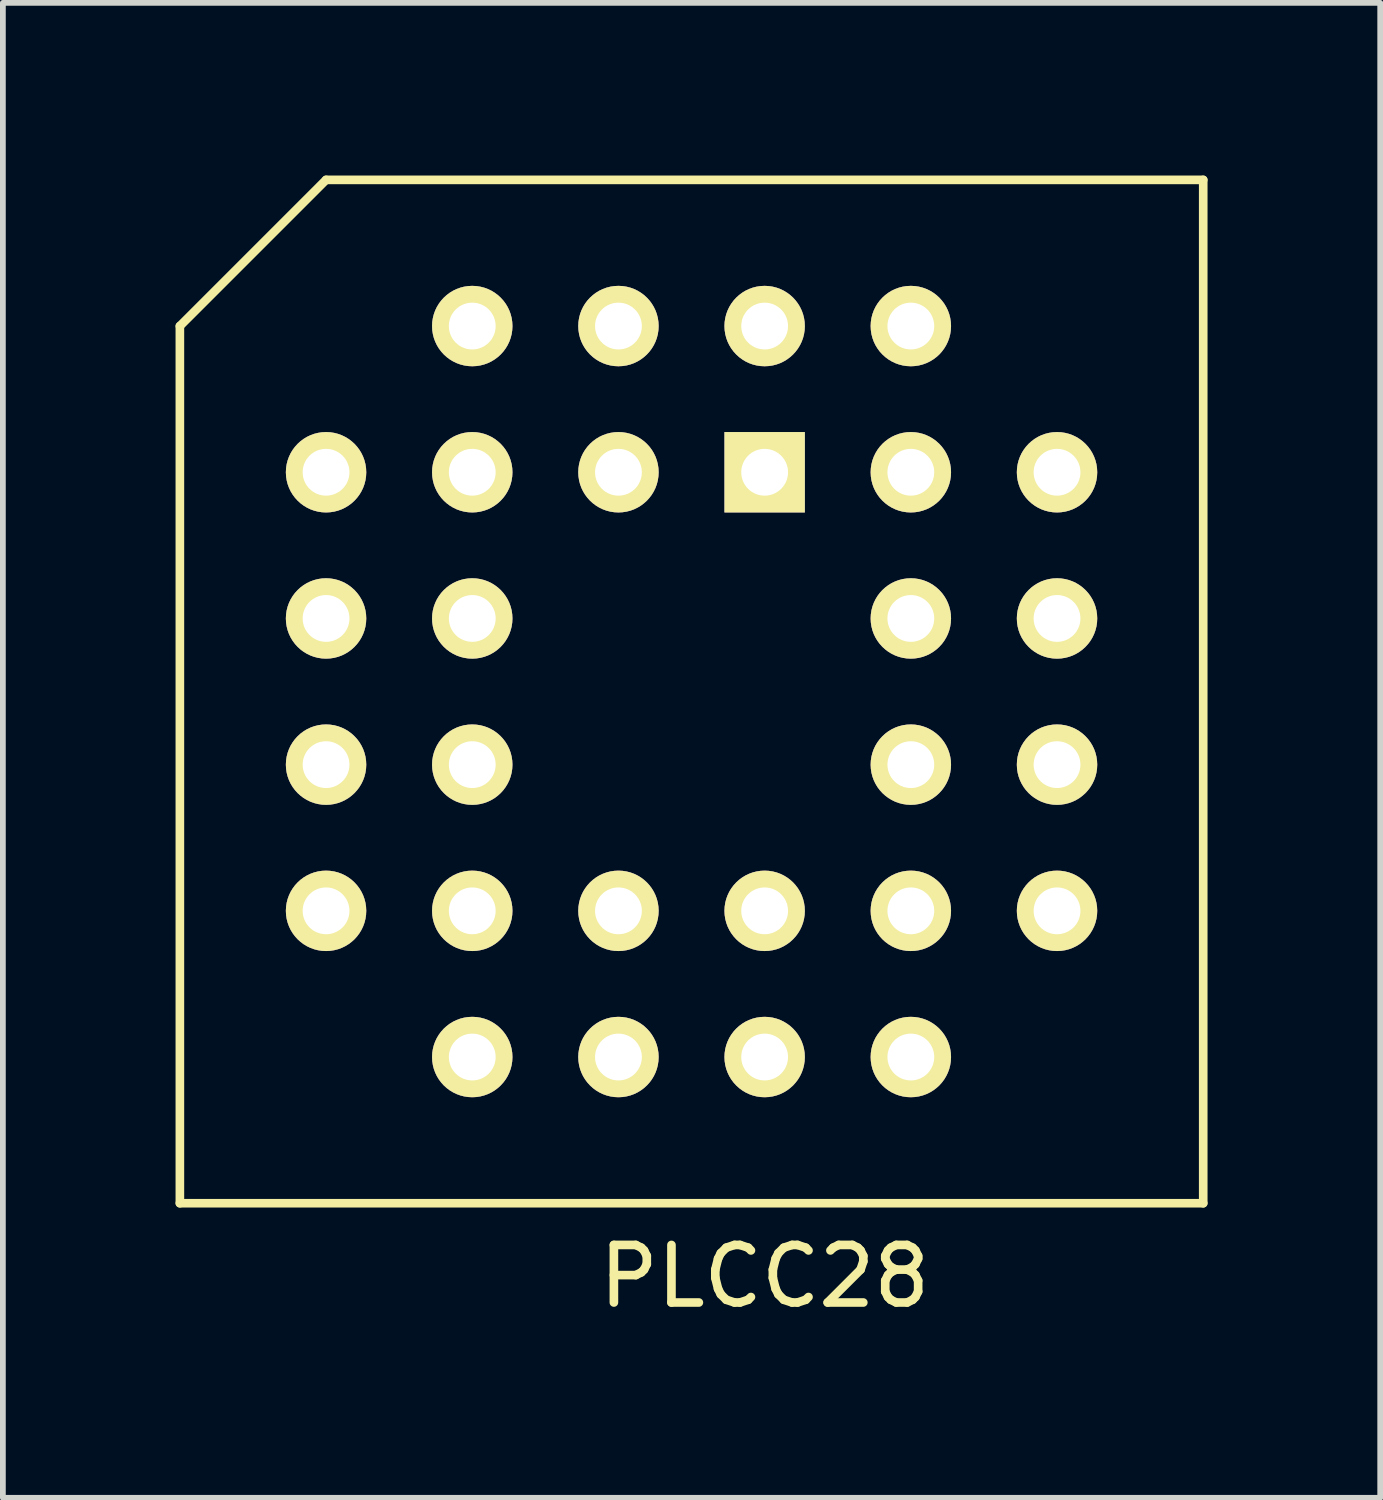
<source format=kicad_pcb>
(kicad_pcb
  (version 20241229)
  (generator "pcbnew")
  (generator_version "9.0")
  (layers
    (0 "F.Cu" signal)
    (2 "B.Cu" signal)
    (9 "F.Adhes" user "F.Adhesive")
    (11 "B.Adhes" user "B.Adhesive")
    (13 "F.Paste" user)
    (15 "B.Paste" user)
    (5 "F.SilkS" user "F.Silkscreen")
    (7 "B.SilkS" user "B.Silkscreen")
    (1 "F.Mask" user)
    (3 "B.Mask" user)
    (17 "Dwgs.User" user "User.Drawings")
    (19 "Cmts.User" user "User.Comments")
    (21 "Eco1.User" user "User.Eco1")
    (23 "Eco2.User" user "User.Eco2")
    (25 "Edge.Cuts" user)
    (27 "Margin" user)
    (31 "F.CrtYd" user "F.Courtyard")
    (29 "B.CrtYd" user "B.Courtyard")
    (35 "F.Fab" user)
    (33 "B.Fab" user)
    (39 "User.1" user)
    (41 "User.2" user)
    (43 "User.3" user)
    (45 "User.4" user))
  (footprint "PLCC28"
    (layer "F.Cu")
    (at 8.965 8.965)
    (property "Reference" "PLCC28" (at 1.27 10.16 0) (layer "F.SilkS") (effects (font (size 1 1) (thickness 0.15))))
    (attr through_hole)
    (fp_line (start -8.89 -6.35) (end -8.89 8.89) (stroke (width 0.15) (type solid)) (layer "F.SilkS"))
    (fp_line (start -8.89 8.89) (end 8.89 8.89) (stroke (width 0.15) (type solid)) (layer "F.SilkS"))
    (fp_line (start -6.35 -8.89) (end -8.89 -6.35) (stroke (width 0.15) (type solid)) (layer "F.SilkS"))
    (fp_line (start 8.89 -8.89) (end -6.35 -8.89) (stroke (width 0.15) (type solid)) (layer "F.SilkS"))
    (fp_line (start 8.89 8.89) (end 8.89 -8.89) (stroke (width 0.15) (type solid)) (layer "F.SilkS"))
    (pad "1" thru_hole rect (at 1.27 -3.81) (size 1.397 1.397) (drill 0.813) (layers "*.Cu" "*.Mask" "F.SilkS"))
    (pad "2" thru_hole circle (at -1.27 -6.35) (size 1.397 1.397) (drill 0.813) (layers "*.Cu" "*.Mask" "F.SilkS"))
    (pad "3" thru_hole circle (at -1.27 -3.81) (size 1.397 1.397) (drill 0.813) (layers "*.Cu" "*.Mask" "F.SilkS"))
    (pad "4" thru_hole circle (at -3.81 -6.35) (size 1.397 1.397) (drill 0.813) (layers "*.Cu" "*.Mask" "F.SilkS"))
    (pad "5" thru_hole circle (at -6.35 -3.81) (size 1.397 1.397) (drill 0.813) (layers "*.Cu" "*.Mask" "F.SilkS"))
    (pad "6" thru_hole circle (at -3.81 -3.81) (size 1.397 1.397) (drill 0.813) (layers "*.Cu" "*.Mask" "F.SilkS"))
    (pad "7" thru_hole circle (at -6.35 -1.27) (size 1.397 1.397) (drill 0.813) (layers "*.Cu" "*.Mask" "F.SilkS"))
    (pad "8" thru_hole circle (at -3.81 -1.27) (size 1.397 1.397) (drill 0.813) (layers "*.Cu" "*.Mask" "F.SilkS"))
    (pad "9" thru_hole circle (at -6.35 1.27) (size 1.397 1.397) (drill 0.813) (layers "*.Cu" "*.Mask" "F.SilkS"))
    (pad "10" thru_hole circle (at -3.81 1.27) (size 1.397 1.397) (drill 0.813) (layers "*.Cu" "*.Mask" "F.SilkS"))
    (pad "11" thru_hole circle (at -6.35 3.81) (size 1.397 1.397) (drill 0.813) (layers "*.Cu" "*.Mask" "F.SilkS"))
    (pad "12" thru_hole circle (at -3.81 6.35) (size 1.397 1.397) (drill 0.813) (layers "*.Cu" "*.Mask" "F.SilkS"))
    (pad "13" thru_hole circle (at -3.81 3.81) (size 1.397 1.397) (drill 0.813) (layers "*.Cu" "*.Mask" "F.SilkS"))
    (pad "14" thru_hole circle (at -1.27 6.35) (size 1.397 1.397) (drill 0.813) (layers "*.Cu" "*.Mask" "F.SilkS"))
    (pad "15" thru_hole circle (at -1.27 3.81) (size 1.397 1.397) (drill 0.813) (layers "*.Cu" "*.Mask" "F.SilkS"))
    (pad "16" thru_hole circle (at 1.27 6.35) (size 1.397 1.397) (drill 0.813) (layers "*.Cu" "*.Mask" "F.SilkS"))
    (pad "17" thru_hole circle (at 1.27 3.81) (size 1.397 1.397) (drill 0.813) (layers "*.Cu" "*.Mask" "F.SilkS"))
    (pad "18" thru_hole circle (at 3.81 6.35) (size 1.397 1.397) (drill 0.813) (layers "*.Cu" "*.Mask" "F.SilkS"))
    (pad "19" thru_hole circle (at 6.35 3.81) (size 1.397 1.397) (drill 0.813) (layers "*.Cu" "*.Mask" "F.SilkS"))
    (pad "20" thru_hole circle (at 3.81 3.81) (size 1.397 1.397) (drill 0.813) (layers "*.Cu" "*.Mask" "F.SilkS"))
    (pad "21" thru_hole circle (at 6.35 1.27) (size 1.397 1.397) (drill 0.813) (layers "*.Cu" "*.Mask" "F.SilkS"))
    (pad "22" thru_hole circle (at 3.81 1.27) (size 1.397 1.397) (drill 0.813) (layers "*.Cu" "*.Mask" "F.SilkS"))
    (pad "23" thru_hole circle (at 6.35 -1.27) (size 1.397 1.397) (drill 0.813) (layers "*.Cu" "*.Mask" "F.SilkS"))
    (pad "24" thru_hole circle (at 3.81 -1.27) (size 1.397 1.397) (drill 0.813) (layers "*.Cu" "*.Mask" "F.SilkS"))
    (pad "25" thru_hole circle (at 6.35 -3.81) (size 1.397 1.397) (drill 0.813) (layers "*.Cu" "*.Mask" "F.SilkS"))
    (pad "26" thru_hole circle (at 3.81 -6.35) (size 1.397 1.397) (drill 0.813) (layers "*.Cu" "*.Mask" "F.SilkS"))
    (pad "27" thru_hole circle (at 3.81 -3.81) (size 1.397 1.397) (drill 0.813) (layers "*.Cu" "*.Mask" "F.SilkS"))
    (pad "28" thru_hole circle (at 1.27 -6.35) (size 1.397 1.397) (drill 0.813) (layers "*.Cu" "*.Mask" "F.SilkS")))
  (gr_rect
    (start -3 -3)
    (end 20.93 22.973)
    (stroke (width 0.1) (type default))
    (fill no)
    (layer "Edge.Cuts")))
</source>
